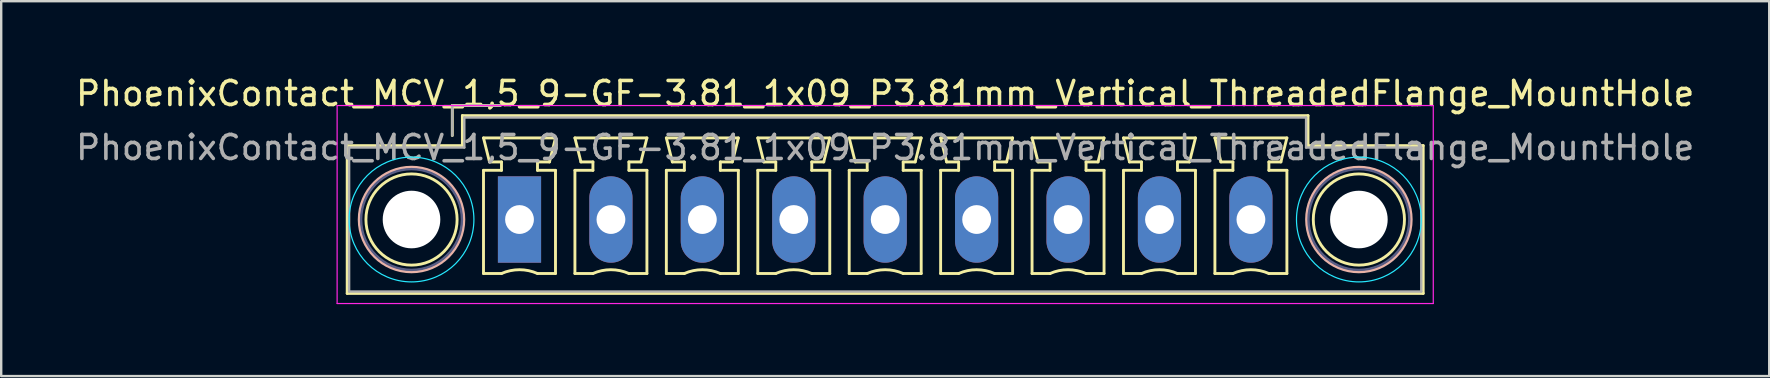
<source format=kicad_pcb>
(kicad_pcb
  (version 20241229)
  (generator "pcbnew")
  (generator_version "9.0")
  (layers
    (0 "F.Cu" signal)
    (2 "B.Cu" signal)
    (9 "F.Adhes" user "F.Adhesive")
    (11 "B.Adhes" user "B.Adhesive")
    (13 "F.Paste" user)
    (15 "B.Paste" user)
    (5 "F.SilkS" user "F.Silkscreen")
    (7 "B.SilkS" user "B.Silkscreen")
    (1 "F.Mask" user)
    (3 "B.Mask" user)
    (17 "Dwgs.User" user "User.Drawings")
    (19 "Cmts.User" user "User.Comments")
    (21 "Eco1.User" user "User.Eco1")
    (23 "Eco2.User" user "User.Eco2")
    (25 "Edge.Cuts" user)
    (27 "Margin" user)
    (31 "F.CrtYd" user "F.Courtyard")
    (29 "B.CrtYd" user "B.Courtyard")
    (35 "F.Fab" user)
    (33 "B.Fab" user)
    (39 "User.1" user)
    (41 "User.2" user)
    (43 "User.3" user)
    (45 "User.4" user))
  (footprint "PhoenixContact_MCV_1,5_9-GF-3.81_1x09_P3.81mm_Vertical_ThreadedFlange_MountHole"
    (layer "F.Cu")
    (at 18.599 6.098)
    (property "Reference" "PhoenixContact_MCV_1,5_9-GF-3.81_1x09_P3.81mm_Vertical_ThreadedFlange_MountHole" (at 15.24 -5.25 0) (layer "F.SilkS") (effects (font (size 1 1) (thickness 0.15))))
    (attr through_hole)
    (fp_line (start -7.18 -3.08) (end -7.18 3.08) (stroke (width 0.12) (type solid)) (layer "F.SilkS"))
    (fp_line (start -7.18 3.08) (end 37.66 3.08) (stroke (width 0.12) (type solid)) (layer "F.SilkS"))
    (fp_line (start -2.8 -4.75) (end -0.8 -4.75) (stroke (width 0.12) (type solid)) (layer "F.SilkS"))
    (fp_line (start -2.8 -3.5) (end -2.8 -4.75) (stroke (width 0.12) (type solid)) (layer "F.SilkS"))
    (fp_line (start -2.38 -4.33) (end -2.38 -3.08) (stroke (width 0.12) (type solid)) (layer "F.SilkS"))
    (fp_line (start -2.38 -3.08) (end -7.18 -3.08) (stroke (width 0.12) (type solid)) (layer "F.SilkS"))
    (fp_line (start -1.5 -3.4) (end 1.5 -3.4) (stroke (width 0.12) (type solid)) (layer "F.SilkS"))
    (fp_line (start -1.5 -2.05) (end -0.75 -2.05) (stroke (width 0.12) (type solid)) (layer "F.SilkS"))
    (fp_line (start -1.5 2.25) (end -1.5 -2.05) (stroke (width 0.12) (type solid)) (layer "F.SilkS"))
    (fp_line (start -1.25 -2.4) (end -1.5 -3.4) (stroke (width 0.12) (type solid)) (layer "F.SilkS"))
    (fp_line (start -0.75 -2.4) (end -1.25 -2.4) (stroke (width 0.12) (type solid)) (layer "F.SilkS"))
    (fp_line (start -0.75 -2.05) (end -0.75 -2.4) (stroke (width 0.12) (type solid)) (layer "F.SilkS"))
    (fp_line (start -0.75 2.25) (end -1.5 2.25) (stroke (width 0.12) (type solid)) (layer "F.SilkS"))
    (fp_line (start 0.75 -2.4) (end 0.75 -2.05) (stroke (width 0.12) (type solid)) (layer "F.SilkS"))
    (fp_line (start 0.75 -2.05) (end 1.5 -2.05) (stroke (width 0.12) (type solid)) (layer "F.SilkS"))
    (fp_line (start 1.25 -2.4) (end 0.75 -2.4) (stroke (width 0.12) (type solid)) (layer "F.SilkS"))
    (fp_line (start 1.5 -3.4) (end 1.25 -2.4) (stroke (width 0.12) (type solid)) (layer "F.SilkS"))
    (fp_line (start 1.5 -2.05) (end 1.5 2.25) (stroke (width 0.12) (type solid)) (layer "F.SilkS"))
    (fp_line (start 1.5 2.25) (end 0.75 2.25) (stroke (width 0.12) (type solid)) (layer "F.SilkS"))
    (fp_line (start 2.31 -3.4) (end 5.31 -3.4) (stroke (width 0.12) (type solid)) (layer "F.SilkS"))
    (fp_line (start 2.31 -2.05) (end 3.06 -2.05) (stroke (width 0.12) (type solid)) (layer "F.SilkS"))
    (fp_line (start 2.31 2.25) (end 2.31 -2.05) (stroke (width 0.12) (type solid)) (layer "F.SilkS"))
    (fp_line (start 2.56 -2.4) (end 2.31 -3.4) (stroke (width 0.12) (type solid)) (layer "F.SilkS"))
    (fp_line (start 3.06 -2.4) (end 2.56 -2.4) (stroke (width 0.12) (type solid)) (layer "F.SilkS"))
    (fp_line (start 3.06 -2.05) (end 3.06 -2.4) (stroke (width 0.12) (type solid)) (layer "F.SilkS"))
    (fp_line (start 3.06 2.25) (end 2.31 2.25) (stroke (width 0.12) (type solid)) (layer "F.SilkS"))
    (fp_line (start 4.56 -2.4) (end 4.56 -2.05) (stroke (width 0.12) (type solid)) (layer "F.SilkS"))
    (fp_line (start 4.56 -2.05) (end 5.31 -2.05) (stroke (width 0.12) (type solid)) (layer "F.SilkS"))
    (fp_line (start 5.06 -2.4) (end 4.56 -2.4) (stroke (width 0.12) (type solid)) (layer "F.SilkS"))
    (fp_line (start 5.31 -3.4) (end 5.06 -2.4) (stroke (width 0.12) (type solid)) (layer "F.SilkS"))
    (fp_line (start 5.31 -2.05) (end 5.31 2.25) (stroke (width 0.12) (type solid)) (layer "F.SilkS"))
    (fp_line (start 5.31 2.25) (end 4.56 2.25) (stroke (width 0.12) (type solid)) (layer "F.SilkS"))
    (fp_line (start 6.12 -3.4) (end 9.12 -3.4) (stroke (width 0.12) (type solid)) (layer "F.SilkS"))
    (fp_line (start 6.12 -2.05) (end 6.87 -2.05) (stroke (width 0.12) (type solid)) (layer "F.SilkS"))
    (fp_line (start 6.12 2.25) (end 6.12 -2.05) (stroke (width 0.12) (type solid)) (layer "F.SilkS"))
    (fp_line (start 6.37 -2.4) (end 6.12 -3.4) (stroke (width 0.12) (type solid)) (layer "F.SilkS"))
    (fp_line (start 6.87 -2.4) (end 6.37 -2.4) (stroke (width 0.12) (type solid)) (layer "F.SilkS"))
    (fp_line (start 6.87 -2.05) (end 6.87 -2.4) (stroke (width 0.12) (type solid)) (layer "F.SilkS"))
    (fp_line (start 6.87 2.25) (end 6.12 2.25) (stroke (width 0.12) (type solid)) (layer "F.SilkS"))
    (fp_line (start 8.37 -2.4) (end 8.37 -2.05) (stroke (width 0.12) (type solid)) (layer "F.SilkS"))
    (fp_line (start 8.37 -2.05) (end 9.12 -2.05) (stroke (width 0.12) (type solid)) (layer "F.SilkS"))
    (fp_line (start 8.87 -2.4) (end 8.37 -2.4) (stroke (width 0.12) (type solid)) (layer "F.SilkS"))
    (fp_line (start 9.12 -3.4) (end 8.87 -2.4) (stroke (width 0.12) (type solid)) (layer "F.SilkS"))
    (fp_line (start 9.12 -2.05) (end 9.12 2.25) (stroke (width 0.12) (type solid)) (layer "F.SilkS"))
    (fp_line (start 9.12 2.25) (end 8.37 2.25) (stroke (width 0.12) (type solid)) (layer "F.SilkS"))
    (fp_line (start 9.93 -3.4) (end 12.93 -3.4) (stroke (width 0.12) (type solid)) (layer "F.SilkS"))
    (fp_line (start 9.93 -2.05) (end 10.68 -2.05) (stroke (width 0.12) (type solid)) (layer "F.SilkS"))
    (fp_line (start 9.93 2.25) (end 9.93 -2.05) (stroke (width 0.12) (type solid)) (layer "F.SilkS"))
    (fp_line (start 10.18 -2.4) (end 9.93 -3.4) (stroke (width 0.12) (type solid)) (layer "F.SilkS"))
    (fp_line (start 10.68 -2.4) (end 10.18 -2.4) (stroke (width 0.12) (type solid)) (layer "F.SilkS"))
    (fp_line (start 10.68 -2.05) (end 10.68 -2.4) (stroke (width 0.12) (type solid)) (layer "F.SilkS"))
    (fp_line (start 10.68 2.25) (end 9.93 2.25) (stroke (width 0.12) (type solid)) (layer "F.SilkS"))
    (fp_line (start 12.18 -2.4) (end 12.18 -2.05) (stroke (width 0.12) (type solid)) (layer "F.SilkS"))
    (fp_line (start 12.18 -2.05) (end 12.93 -2.05) (stroke (width 0.12) (type solid)) (layer "F.SilkS"))
    (fp_line (start 12.68 -2.4) (end 12.18 -2.4) (stroke (width 0.12) (type solid)) (layer "F.SilkS"))
    (fp_line (start 12.93 -3.4) (end 12.68 -2.4) (stroke (width 0.12) (type solid)) (layer "F.SilkS"))
    (fp_line (start 12.93 -2.05) (end 12.93 2.25) (stroke (width 0.12) (type solid)) (layer "F.SilkS"))
    (fp_line (start 12.93 2.25) (end 12.18 2.25) (stroke (width 0.12) (type solid)) (layer "F.SilkS"))
    (fp_line (start 13.74 -3.4) (end 16.74 -3.4) (stroke (width 0.12) (type solid)) (layer "F.SilkS"))
    (fp_line (start 13.74 -2.05) (end 14.49 -2.05) (stroke (width 0.12) (type solid)) (layer "F.SilkS"))
    (fp_line (start 13.74 2.25) (end 13.74 -2.05) (stroke (width 0.12) (type solid)) (layer "F.SilkS"))
    (fp_line (start 13.99 -2.4) (end 13.74 -3.4) (stroke (width 0.12) (type solid)) (layer "F.SilkS"))
    (fp_line (start 14.49 -2.4) (end 13.99 -2.4) (stroke (width 0.12) (type solid)) (layer "F.SilkS"))
    (fp_line (start 14.49 -2.05) (end 14.49 -2.4) (stroke (width 0.12) (type solid)) (layer "F.SilkS"))
    (fp_line (start 14.49 2.25) (end 13.74 2.25) (stroke (width 0.12) (type solid)) (layer "F.SilkS"))
    (fp_line (start 15.99 -2.4) (end 15.99 -2.05) (stroke (width 0.12) (type solid)) (layer "F.SilkS"))
    (fp_line (start 15.99 -2.05) (end 16.74 -2.05) (stroke (width 0.12) (type solid)) (layer "F.SilkS"))
    (fp_line (start 16.49 -2.4) (end 15.99 -2.4) (stroke (width 0.12) (type solid)) (layer "F.SilkS"))
    (fp_line (start 16.74 -3.4) (end 16.49 -2.4) (stroke (width 0.12) (type solid)) (layer "F.SilkS"))
    (fp_line (start 16.74 -2.05) (end 16.74 2.25) (stroke (width 0.12) (type solid)) (layer "F.SilkS"))
    (fp_line (start 16.74 2.25) (end 15.99 2.25) (stroke (width 0.12) (type solid)) (layer "F.SilkS"))
    (fp_line (start 17.55 -3.4) (end 20.55 -3.4) (stroke (width 0.12) (type solid)) (layer "F.SilkS"))
    (fp_line (start 17.55 -2.05) (end 18.3 -2.05) (stroke (width 0.12) (type solid)) (layer "F.SilkS"))
    (fp_line (start 17.55 2.25) (end 17.55 -2.05) (stroke (width 0.12) (type solid)) (layer "F.SilkS"))
    (fp_line (start 17.8 -2.4) (end 17.55 -3.4) (stroke (width 0.12) (type solid)) (layer "F.SilkS"))
    (fp_line (start 18.3 -2.4) (end 17.8 -2.4) (stroke (width 0.12) (type solid)) (layer "F.SilkS"))
    (fp_line (start 18.3 -2.05) (end 18.3 -2.4) (stroke (width 0.12) (type solid)) (layer "F.SilkS"))
    (fp_line (start 18.3 2.25) (end 17.55 2.25) (stroke (width 0.12) (type solid)) (layer "F.SilkS"))
    (fp_line (start 19.8 -2.4) (end 19.8 -2.05) (stroke (width 0.12) (type solid)) (layer "F.SilkS"))
    (fp_line (start 19.8 -2.05) (end 20.55 -2.05) (stroke (width 0.12) (type solid)) (layer "F.SilkS"))
    (fp_line (start 20.3 -2.4) (end 19.8 -2.4) (stroke (width 0.12) (type solid)) (layer "F.SilkS"))
    (fp_line (start 20.55 -3.4) (end 20.3 -2.4) (stroke (width 0.12) (type solid)) (layer "F.SilkS"))
    (fp_line (start 20.55 -2.05) (end 20.55 2.25) (stroke (width 0.12) (type solid)) (layer "F.SilkS"))
    (fp_line (start 20.55 2.25) (end 19.8 2.25) (stroke (width 0.12) (type solid)) (layer "F.SilkS"))
    (fp_line (start 21.36 -3.4) (end 24.36 -3.4) (stroke (width 0.12) (type solid)) (layer "F.SilkS"))
    (fp_line (start 21.36 -2.05) (end 22.11 -2.05) (stroke (width 0.12) (type solid)) (layer "F.SilkS"))
    (fp_line (start 21.36 2.25) (end 21.36 -2.05) (stroke (width 0.12) (type solid)) (layer "F.SilkS"))
    (fp_line (start 21.61 -2.4) (end 21.36 -3.4) (stroke (width 0.12) (type solid)) (layer "F.SilkS"))
    (fp_line (start 22.11 -2.4) (end 21.61 -2.4) (stroke (width 0.12) (type solid)) (layer "F.SilkS"))
    (fp_line (start 22.11 -2.05) (end 22.11 -2.4) (stroke (width 0.12) (type solid)) (layer "F.SilkS"))
    (fp_line (start 22.11 2.25) (end 21.36 2.25) (stroke (width 0.12) (type solid)) (layer "F.SilkS"))
    (fp_line (start 23.61 -2.4) (end 23.61 -2.05) (stroke (width 0.12) (type solid)) (layer "F.SilkS"))
    (fp_line (start 23.61 -2.05) (end 24.36 -2.05) (stroke (width 0.12) (type solid)) (layer "F.SilkS"))
    (fp_line (start 24.11 -2.4) (end 23.61 -2.4) (stroke (width 0.12) (type solid)) (layer "F.SilkS"))
    (fp_line (start 24.36 -3.4) (end 24.11 -2.4) (stroke (width 0.12) (type solid)) (layer "F.SilkS"))
    (fp_line (start 24.36 -2.05) (end 24.36 2.25) (stroke (width 0.12) (type solid)) (layer "F.SilkS"))
    (fp_line (start 24.36 2.25) (end 23.61 2.25) (stroke (width 0.12) (type solid)) (layer "F.SilkS"))
    (fp_line (start 25.17 -3.4) (end 28.17 -3.4) (stroke (width 0.12) (type solid)) (layer "F.SilkS"))
    (fp_line (start 25.17 -2.05) (end 25.92 -2.05) (stroke (width 0.12) (type solid)) (layer "F.SilkS"))
    (fp_line (start 25.17 2.25) (end 25.17 -2.05) (stroke (width 0.12) (type solid)) (layer "F.SilkS"))
    (fp_line (start 25.42 -2.4) (end 25.17 -3.4) (stroke (width 0.12) (type solid)) (layer "F.SilkS"))
    (fp_line (start 25.92 -2.4) (end 25.42 -2.4) (stroke (width 0.12) (type solid)) (layer "F.SilkS"))
    (fp_line (start 25.92 -2.05) (end 25.92 -2.4) (stroke (width 0.12) (type solid)) (layer "F.SilkS"))
    (fp_line (start 25.92 2.25) (end 25.17 2.25) (stroke (width 0.12) (type solid)) (layer "F.SilkS"))
    (fp_line (start 27.42 -2.4) (end 27.42 -2.05) (stroke (width 0.12) (type solid)) (layer "F.SilkS"))
    (fp_line (start 27.42 -2.05) (end 28.17 -2.05) (stroke (width 0.12) (type solid)) (layer "F.SilkS"))
    (fp_line (start 27.92 -2.4) (end 27.42 -2.4) (stroke (width 0.12) (type solid)) (layer "F.SilkS"))
    (fp_line (start 28.17 -3.4) (end 27.92 -2.4) (stroke (width 0.12) (type solid)) (layer "F.SilkS"))
    (fp_line (start 28.17 -2.05) (end 28.17 2.25) (stroke (width 0.12) (type solid)) (layer "F.SilkS"))
    (fp_line (start 28.17 2.25) (end 27.42 2.25) (stroke (width 0.12) (type solid)) (layer "F.SilkS"))
    (fp_line (start 28.98 -3.4) (end 31.98 -3.4) (stroke (width 0.12) (type solid)) (layer "F.SilkS"))
    (fp_line (start 28.98 -2.05) (end 29.73 -2.05) (stroke (width 0.12) (type solid)) (layer "F.SilkS"))
    (fp_line (start 28.98 2.25) (end 28.98 -2.05) (stroke (width 0.12) (type solid)) (layer "F.SilkS"))
    (fp_line (start 29.23 -2.4) (end 28.98 -3.4) (stroke (width 0.12) (type solid)) (layer "F.SilkS"))
    (fp_line (start 29.73 -2.4) (end 29.23 -2.4) (stroke (width 0.12) (type solid)) (layer "F.SilkS"))
    (fp_line (start 29.73 -2.05) (end 29.73 -2.4) (stroke (width 0.12) (type solid)) (layer "F.SilkS"))
    (fp_line (start 29.73 2.25) (end 28.98 2.25) (stroke (width 0.12) (type solid)) (layer "F.SilkS"))
    (fp_line (start 31.23 -2.4) (end 31.23 -2.05) (stroke (width 0.12) (type solid)) (layer "F.SilkS"))
    (fp_line (start 31.23 -2.05) (end 31.98 -2.05) (stroke (width 0.12) (type solid)) (layer "F.SilkS"))
    (fp_line (start 31.73 -2.4) (end 31.23 -2.4) (stroke (width 0.12) (type solid)) (layer "F.SilkS"))
    (fp_line (start 31.98 -3.4) (end 31.73 -2.4) (stroke (width 0.12) (type solid)) (layer "F.SilkS"))
    (fp_line (start 31.98 -2.05) (end 31.98 2.25) (stroke (width 0.12) (type solid)) (layer "F.SilkS"))
    (fp_line (start 31.98 2.25) (end 31.23 2.25) (stroke (width 0.12) (type solid)) (layer "F.SilkS"))
    (fp_line (start 32.86 -4.33) (end -2.38 -4.33) (stroke (width 0.12) (type solid)) (layer "F.SilkS"))
    (fp_line (start 32.86 -3.08) (end 32.86 -4.33) (stroke (width 0.12) (type solid)) (layer "F.SilkS"))
    (fp_line (start 37.66 -3.08) (end 32.86 -3.08) (stroke (width 0.12) (type solid)) (layer "F.SilkS"))
    (fp_line (start 37.66 3.08) (end 37.66 -3.08) (stroke (width 0.12) (type solid)) (layer "F.SilkS"))
    (fp_arc (start -0.75 2.25) (mid -0.000193 2.09191) (end 0.749647 2.249844) (stroke (width 0.12) (type solid)) (layer "F.SilkS"))
    (fp_arc (start 3.06 2.25) (mid 3.809807 2.09191) (end 4.559647 2.249844) (stroke (width 0.12) (type solid)) (layer "F.SilkS"))
    (fp_arc (start 6.87 2.25) (mid 7.619807 2.09191) (end 8.369647 2.249844) (stroke (width 0.12) (type solid)) (layer "F.SilkS"))
    (fp_arc (start 10.68 2.25) (mid 11.429807 2.09191) (end 12.179647 2.249844) (stroke (width 0.12) (type solid)) (layer "F.SilkS"))
    (fp_arc (start 14.49 2.25) (mid 15.239807 2.09191) (end 15.989647 2.249844) (stroke (width 0.12) (type solid)) (layer "F.SilkS"))
    (fp_arc (start 18.3 2.25) (mid 19.049807 2.09191) (end 19.799647 2.249844) (stroke (width 0.12) (type solid)) (layer "F.SilkS"))
    (fp_arc (start 22.11 2.25) (mid 22.859807 2.09191) (end 23.609647 2.249844) (stroke (width 0.12) (type solid)) (layer "F.SilkS"))
    (fp_arc (start 25.92 2.25) (mid 26.669807 2.09191) (end 27.419647 2.249844) (stroke (width 0.12) (type solid)) (layer "F.SilkS"))
    (fp_arc (start 29.73 2.25) (mid 30.479807 2.09191) (end 31.229647 2.249844) (stroke (width 0.12) (type solid)) (layer "F.SilkS"))
    (fp_circle (center -4.5 0) (end -2.6 0) (stroke (width 0.12) (type solid)) (fill no) (layer "F.SilkS"))
    (fp_circle (center 34.98 0) (end 36.88 0) (stroke (width 0.12) (type solid)) (fill no) (layer "F.SilkS"))
    (fp_circle (center -4.5 0) (end -2.32 0) (stroke (width 0.12) (type solid)) (fill no) (layer "B.SilkS"))
    (fp_circle (center 34.98 0) (end 37.16 0) (stroke (width 0.12) (type solid)) (fill no) (layer "B.SilkS"))
    (fp_circle (center -4.5 0) (end -1.9 0) (stroke (width 0.05) (type solid)) (fill no) (layer "B.CrtYd"))
    (fp_circle (center 34.98 0) (end 37.58 0) (stroke (width 0.05) (type solid)) (fill no) (layer "B.CrtYd"))
    (fp_line (start -7.6 -4.75) (end -7.6 3.5) (stroke (width 0.05) (type solid)) (layer "F.CrtYd"))
    (fp_line (start -7.6 3.5) (end 38.08 3.5) (stroke (width 0.05) (type solid)) (layer "F.CrtYd"))
    (fp_line (start 38.08 -4.75) (end -7.6 -4.75) (stroke (width 0.05) (type solid)) (layer "F.CrtYd"))
    (fp_line (start 38.08 3.5) (end 38.08 -4.75) (stroke (width 0.05) (type solid)) (layer "F.CrtYd"))
    (fp_circle (center -4.5 0) (end -2.4 0) (stroke (width 0.1) (type solid)) (fill no) (layer "B.Fab"))
    (fp_circle (center 34.98 0) (end 37.08 0) (stroke (width 0.1) (type solid)) (fill no) (layer "B.Fab"))
    (fp_line (start -7.1 -3) (end -7.1 3) (stroke (width 0.1) (type solid)) (layer "F.Fab"))
    (fp_line (start -7.1 3) (end 37.58 3) (stroke (width 0.1) (type solid)) (layer "F.Fab"))
    (fp_line (start -2.8 -4.75) (end -0.8 -4.75) (stroke (width 0.1) (type solid)) (layer "F.Fab"))
    (fp_line (start -2.8 -3.5) (end -2.8 -4.75) (stroke (width 0.1) (type solid)) (layer "F.Fab"))
    (fp_line (start -2.3 -4.25) (end -2.3 -3) (stroke (width 0.1) (type solid)) (layer "F.Fab"))
    (fp_line (start -2.3 -3) (end -7.1 -3) (stroke (width 0.1) (type solid)) (layer "F.Fab"))
    (fp_line (start 32.78 -4.25) (end -2.3 -4.25) (stroke (width 0.1) (type solid)) (layer "F.Fab"))
    (fp_line (start 32.78 -3) (end 32.78 -4.25) (stroke (width 0.1) (type solid)) (layer "F.Fab"))
    (fp_line (start 37.58 -3) (end 32.78 -3) (stroke (width 0.1) (type solid)) (layer "F.Fab"))
    (fp_line (start 37.58 3) (end 37.58 -3) (stroke (width 0.1) (type solid)) (layer "F.Fab"))
    (fp_text user "${REFERENCE}" (at 15.24 -3 0) (layer "F.Fab") (effects (font (size 1 1) (thickness 0.15))))
    (pad "" np_thru_hole circle (at -4.5 0) (size 2.4 2.4) (drill 2.4) (layers "*.Cu" "*.Mask"))
    (pad "" np_thru_hole circle (at 34.98 0) (size 2.4 2.4) (drill 2.4) (layers "*.Cu" "*.Mask"))
    (pad "1" thru_hole rect (at 0 0) (size 1.8 3.6) (drill 1.2) (layers "*.Cu" "*.Mask"))
    (pad "2" thru_hole oval (at 3.81 0) (size 1.8 3.6) (drill 1.2) (layers "*.Cu" "*.Mask"))
    (pad "3" thru_hole oval (at 7.62 0) (size 1.8 3.6) (drill 1.2) (layers "*.Cu" "*.Mask"))
    (pad "4" thru_hole oval (at 11.43 0) (size 1.8 3.6) (drill 1.2) (layers "*.Cu" "*.Mask"))
    (pad "5" thru_hole oval (at 15.24 0) (size 1.8 3.6) (drill 1.2) (layers "*.Cu" "*.Mask"))
    (pad "6" thru_hole oval (at 19.05 0) (size 1.8 3.6) (drill 1.2) (layers "*.Cu" "*.Mask"))
    (pad "7" thru_hole oval (at 22.86 0) (size 1.8 3.6) (drill 1.2) (layers "*.Cu" "*.Mask"))
    (pad "8" thru_hole oval (at 26.67 0) (size 1.8 3.6) (drill 1.2) (layers "*.Cu" "*.Mask"))
    (pad "9" thru_hole oval (at 30.48 0) (size 1.8 3.6) (drill 1.2) (layers "*.Cu" "*.Mask")))
  (gr_rect
    (start -3 -3)
    (end 70.679 12.623)
    (stroke (width 0.1) (type default))
    (fill no)
    (layer "Edge.Cuts")))
</source>
